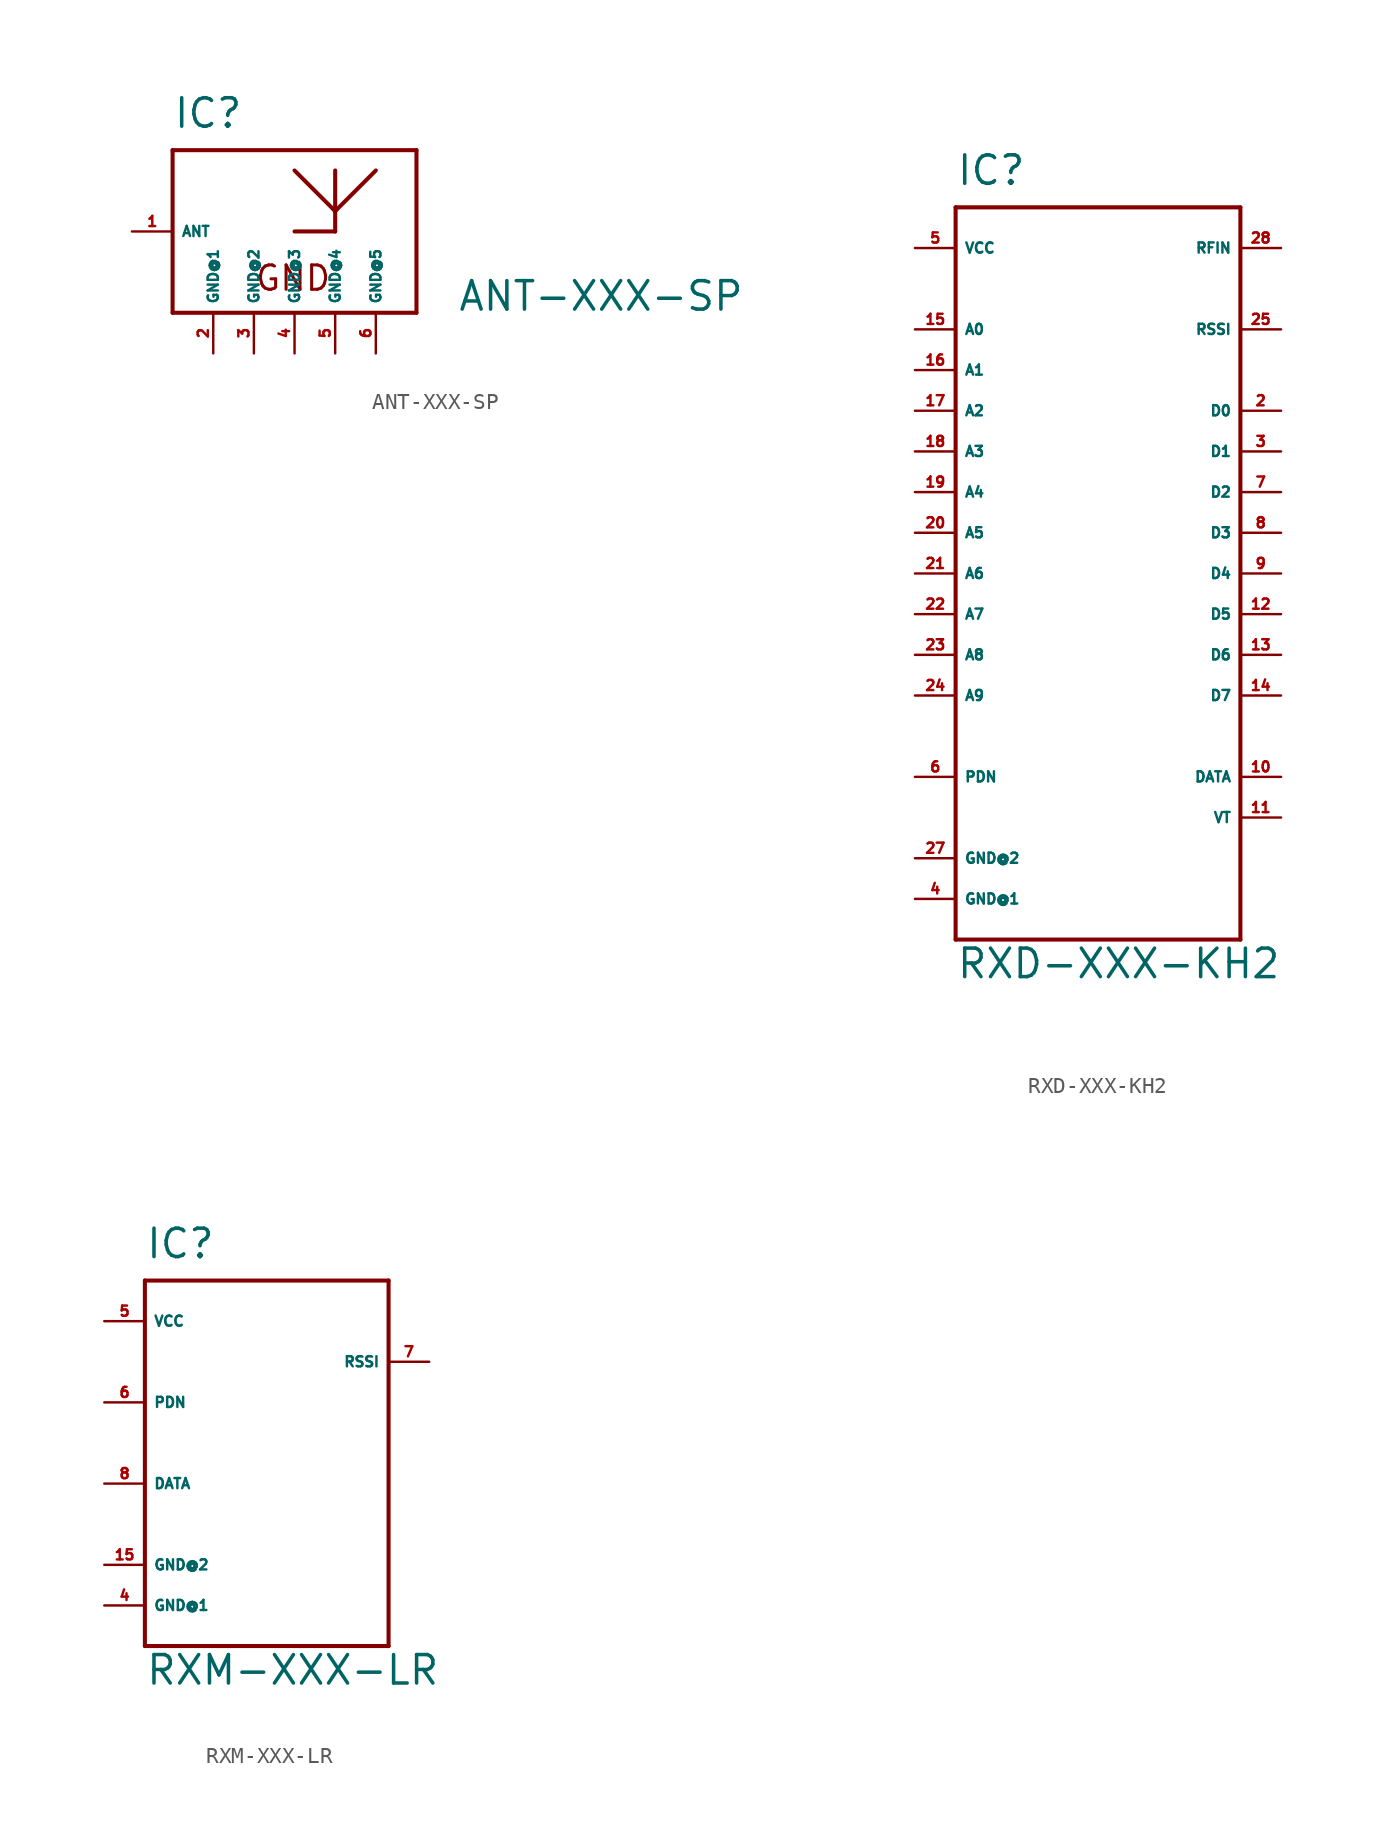
<source format=kicad_sym>
(kicad_symbol_lib
  (version 20220914)
  (generator Eagle2Kicad)
  (symbol "ANT-XXX-SP"
    (property "Reference" "IC"
      (at -7.62 6.35 0)
      (effects (font (size 1.778 1.778) (thickness 0.22)) (justify left bottom)))
    (property "Value" "ANT-XXX-SP"
      (at 10.16 -5.08 0)
      (effects (font (size 1.778 1.778) (thickness 0.22)) (justify left bottom)))
    (polyline
      (pts (xy -7.62 5.08) (xy 7.62 5.08))
      (stroke (width 0.254) (type default))
      (fill (type none)))
    (polyline
      (pts (xy 7.62 5.08) (xy 7.62 -5.08))
      (stroke (width 0.254) (type default))
      (fill (type none)))
    (polyline
      (pts (xy 7.62 -5.08) (xy -7.62 -5.08))
      (stroke (width 0.254) (type default))
      (fill (type none)))
    (polyline
      (pts (xy -7.62 -5.08) (xy -7.62 5.08))
      (stroke (width 0.254) (type default))
      (fill (type none)))
    (polyline
      (pts (xy 0 0) (xy 2.54 0))
      (stroke (width 0.254) (type default))
      (fill (type none)))
    (polyline
      (pts (xy 2.54 0) (xy 2.54 1.27))
      (stroke (width 0.254) (type default))
      (fill (type none)))
    (polyline
      (pts (xy 2.54 1.27) (xy 2.54 3.81))
      (stroke (width 0.254) (type default))
      (fill (type none)))
    (polyline
      (pts (xy 2.54 1.27) (xy 0 3.81))
      (stroke (width 0.254) (type default))
      (fill (type none)))
    (polyline
      (pts (xy 2.54 1.27) (xy 5.08 3.81))
      (stroke (width 0.254) (type default))
      (fill (type none)))
    (text "GND"
      (at -2.54 -3.81 0)
      (effects (font (size 1.524 1.524) (thickness 0.19)) (justify left bottom)))
    (pin passive line
      (at -10.16 0 0)
      (length 2.54)
      (name "ANT" (effects (font (size 0.635 0.635) (thickness 0.08)) (justify left bottom)))
      (number "1" (effects (font (size 0.635 0.635) (thickness 0.08)) (justify left bottom))))
    (pin passive line
      (at -5.08 -7.62 90)
      (length 2.54)
      (name "GND@1" (effects (font (size 0.635 0.635) (thickness 0.08)) (justify left bottom)))
      (number "2" (effects (font (size 0.635 0.635) (thickness 0.08)) (justify left bottom))))
    (pin passive line
      (at -2.54 -7.62 90)
      (length 2.54)
      (name "GND@2" (effects (font (size 0.635 0.635) (thickness 0.08)) (justify left bottom)))
      (number "3" (effects (font (size 0.635 0.635) (thickness 0.08)) (justify left bottom))))
    (pin passive line
      (at 0 -7.62 90)
      (length 2.54)
      (name "GND@3" (effects (font (size 0.635 0.635) (thickness 0.08)) (justify left bottom)))
      (number "4" (effects (font (size 0.635 0.635) (thickness 0.08)) (justify left bottom))))
    (pin passive line
      (at 2.54 -7.62 90)
      (length 2.54)
      (name "GND@4" (effects (font (size 0.635 0.635) (thickness 0.08)) (justify left bottom)))
      (number "5" (effects (font (size 0.635 0.635) (thickness 0.08)) (justify left bottom))))
    (pin passive line
      (at 5.08 -7.62 90)
      (length 2.54)
      (name "GND@5" (effects (font (size 0.635 0.635) (thickness 0.08)) (justify left bottom)))
      (number "6" (effects (font (size 0.635 0.635) (thickness 0.08)) (justify left bottom)))))
  (symbol "RXD-XXX-KH2"
    (property "Reference" "IC"
      (at -7.62 24.13 0)
      (effects (font (size 1.778 1.778) (thickness 0.22)) (justify left bottom)))
    (property "Value" "RXD-XXX-KH2"
      (at -7.62 -25.4 0)
      (effects (font (size 1.778 1.778) (thickness 0.22)) (justify left bottom)))
    (polyline
      (pts (xy -7.62 22.86) (xy 10.16 22.86))
      (stroke (width 0.254) (type default))
      (fill (type none)))
    (polyline
      (pts (xy 10.16 22.86) (xy 10.16 -22.86))
      (stroke (width 0.254) (type default))
      (fill (type none)))
    (polyline
      (pts (xy 10.16 -22.86) (xy -7.62 -22.86))
      (stroke (width 0.254) (type default))
      (fill (type none)))
    (polyline
      (pts (xy -7.62 -22.86) (xy -7.62 22.86))
      (stroke (width 0.254) (type default))
      (fill (type none)))
    (pin bidirectional line
      (at 12.7 10.16 180)
      (length 2.54)
      (name "D0" (effects (font (size 0.635 0.635) (thickness 0.08)) (justify left bottom)))
      (number "2" (effects (font (size 0.635 0.635) (thickness 0.08)) (justify left bottom))))
    (pin bidirectional line
      (at 12.7 7.62 180)
      (length 2.54)
      (name "D1" (effects (font (size 0.635 0.635) (thickness 0.08)) (justify left bottom)))
      (number "3" (effects (font (size 0.635 0.635) (thickness 0.08)) (justify left bottom))))
    (pin bidirectional line
      (at 12.7 5.08 180)
      (length 2.54)
      (name "D2" (effects (font (size 0.635 0.635) (thickness 0.08)) (justify left bottom)))
      (number "7" (effects (font (size 0.635 0.635) (thickness 0.08)) (justify left bottom))))
    (pin bidirectional line
      (at 12.7 2.54 180)
      (length 2.54)
      (name "D3" (effects (font (size 0.635 0.635) (thickness 0.08)) (justify left bottom)))
      (number "8" (effects (font (size 0.635 0.635) (thickness 0.08)) (justify left bottom))))
    (pin bidirectional line
      (at 12.7 0 180)
      (length 2.54)
      (name "D4" (effects (font (size 0.635 0.635) (thickness 0.08)) (justify left bottom)))
      (number "9" (effects (font (size 0.635 0.635) (thickness 0.08)) (justify left bottom))))
    (pin bidirectional line
      (at 12.7 -2.54 180)
      (length 2.54)
      (name "D5" (effects (font (size 0.635 0.635) (thickness 0.08)) (justify left bottom)))
      (number "12" (effects (font (size 0.635 0.635) (thickness 0.08)) (justify left bottom))))
    (pin bidirectional line
      (at 12.7 -5.08 180)
      (length 2.54)
      (name "D6" (effects (font (size 0.635 0.635) (thickness 0.08)) (justify left bottom)))
      (number "13" (effects (font (size 0.635 0.635) (thickness 0.08)) (justify left bottom))))
    (pin bidirectional line
      (at 12.7 -7.62 180)
      (length 2.54)
      (name "D7" (effects (font (size 0.635 0.635) (thickness 0.08)) (justify left bottom)))
      (number "14" (effects (font (size 0.635 0.635) (thickness 0.08)) (justify left bottom))))
    (pin unspecified line
      (at -10.16 -20.32 0)
      (length 2.54)
      (name "GND@1" (effects (font (size 0.635 0.635) (thickness 0.08)) (justify left bottom)))
      (number "4" (effects (font (size 0.635 0.635) (thickness 0.08)) (justify left bottom))))
    (pin unspecified line
      (at -10.16 20.32 0)
      (length 2.54)
      (name "VCC" (effects (font (size 0.635 0.635) (thickness 0.08)) (justify left bottom)))
      (number "5" (effects (font (size 0.635 0.635) (thickness 0.08)) (justify left bottom))))
    (pin input line
      (at -10.16 -12.7 0)
      (length 2.54)
      (name "PDN" (effects (font (size 0.635 0.635) (thickness 0.08)) (justify left bottom)))
      (number "6" (effects (font (size 0.635 0.635) (thickness 0.08)) (justify left bottom))))
    (pin output line
      (at 12.7 -12.7 180)
      (length 2.54)
      (name "DATA" (effects (font (size 0.635 0.635) (thickness 0.08)) (justify left bottom)))
      (number "10" (effects (font (size 0.635 0.635) (thickness 0.08)) (justify left bottom))))
    (pin output line
      (at 12.7 -15.24 180)
      (length 2.54)
      (name "VT" (effects (font (size 0.635 0.635) (thickness 0.08)) (justify left bottom)))
      (number "11" (effects (font (size 0.635 0.635) (thickness 0.08)) (justify left bottom))))
    (pin input line
      (at -10.16 15.24 0)
      (length 2.54)
      (name "A0" (effects (font (size 0.635 0.635) (thickness 0.08)) (justify left bottom)))
      (number "15" (effects (font (size 0.635 0.635) (thickness 0.08)) (justify left bottom))))
    (pin input line
      (at -10.16 12.7 0)
      (length 2.54)
      (name "A1" (effects (font (size 0.635 0.635) (thickness 0.08)) (justify left bottom)))
      (number "16" (effects (font (size 0.635 0.635) (thickness 0.08)) (justify left bottom))))
    (pin input line
      (at -10.16 10.16 0)
      (length 2.54)
      (name "A2" (effects (font (size 0.635 0.635) (thickness 0.08)) (justify left bottom)))
      (number "17" (effects (font (size 0.635 0.635) (thickness 0.08)) (justify left bottom))))
    (pin input line
      (at -10.16 7.62 0)
      (length 2.54)
      (name "A3" (effects (font (size 0.635 0.635) (thickness 0.08)) (justify left bottom)))
      (number "18" (effects (font (size 0.635 0.635) (thickness 0.08)) (justify left bottom))))
    (pin input line
      (at -10.16 5.08 0)
      (length 2.54)
      (name "A4" (effects (font (size 0.635 0.635) (thickness 0.08)) (justify left bottom)))
      (number "19" (effects (font (size 0.635 0.635) (thickness 0.08)) (justify left bottom))))
    (pin input line
      (at -10.16 2.54 0)
      (length 2.54)
      (name "A5" (effects (font (size 0.635 0.635) (thickness 0.08)) (justify left bottom)))
      (number "20" (effects (font (size 0.635 0.635) (thickness 0.08)) (justify left bottom))))
    (pin input line
      (at -10.16 0 0)
      (length 2.54)
      (name "A6" (effects (font (size 0.635 0.635) (thickness 0.08)) (justify left bottom)))
      (number "21" (effects (font (size 0.635 0.635) (thickness 0.08)) (justify left bottom))))
    (pin input line
      (at -10.16 -2.54 0)
      (length 2.54)
      (name "A7" (effects (font (size 0.635 0.635) (thickness 0.08)) (justify left bottom)))
      (number "22" (effects (font (size 0.635 0.635) (thickness 0.08)) (justify left bottom))))
    (pin input line
      (at -10.16 -5.08 0)
      (length 2.54)
      (name "A8" (effects (font (size 0.635 0.635) (thickness 0.08)) (justify left bottom)))
      (number "23" (effects (font (size 0.635 0.635) (thickness 0.08)) (justify left bottom))))
    (pin input line
      (at -10.16 -7.62 0)
      (length 2.54)
      (name "A9" (effects (font (size 0.635 0.635) (thickness 0.08)) (justify left bottom)))
      (number "24" (effects (font (size 0.635 0.635) (thickness 0.08)) (justify left bottom))))
    (pin passive line
      (at 12.7 15.24 180)
      (length 2.54)
      (name "RSSI" (effects (font (size 0.635 0.635) (thickness 0.08)) (justify left bottom)))
      (number "25" (effects (font (size 0.635 0.635) (thickness 0.08)) (justify left bottom))))
    (pin input line
      (at 12.7 20.32 180)
      (length 2.54)
      (name "RFIN" (effects (font (size 0.635 0.635) (thickness 0.08)) (justify left bottom)))
      (number "28" (effects (font (size 0.635 0.635) (thickness 0.08)) (justify left bottom))))
    (pin unspecified line
      (at -10.16 -17.78 0)
      (length 2.54)
      (name "GND@2" (effects (font (size 0.635 0.635) (thickness 0.08)) (justify left bottom)))
      (number "27" (effects (font (size 0.635 0.635) (thickness 0.08)) (justify left bottom)))))
  (symbol "RXM-XXX-LR"
    (property "Reference" "IC"
      (at -7.62 11.43 0)
      (effects (font (size 1.778 1.778) (thickness 0.22)) (justify left bottom)))
    (property "Value" "RXM-XXX-LR"
      (at -7.62 -15.24 0)
      (effects (font (size 1.778 1.778) (thickness 0.22)) (justify left bottom)))
    (polyline
      (pts (xy -7.62 10.16) (xy 7.62 10.16))
      (stroke (width 0.254) (type default))
      (fill (type none)))
    (polyline
      (pts (xy 7.62 10.16) (xy 7.62 -12.7))
      (stroke (width 0.254) (type default))
      (fill (type none)))
    (polyline
      (pts (xy 7.62 -12.7) (xy -7.62 -12.7))
      (stroke (width 0.254) (type default))
      (fill (type none)))
    (polyline
      (pts (xy -7.62 -12.7) (xy -7.62 10.16))
      (stroke (width 0.254) (type default))
      (fill (type none)))
    (pin unspecified line
      (at -10.16 -10.16 0)
      (length 2.54)
      (name "GND@1" (effects (font (size 0.635 0.635) (thickness 0.08)) (justify left bottom)))
      (number "4" (effects (font (size 0.635 0.635) (thickness 0.08)) (justify left bottom))))
    (pin unspecified line
      (at -10.16 -7.62 0)
      (length 2.54)
      (name "GND@2" (effects (font (size 0.635 0.635) (thickness 0.08)) (justify left bottom)))
      (number "15" (effects (font (size 0.635 0.635) (thickness 0.08)) (justify left bottom))))
    (pin unspecified line
      (at -10.16 7.62 0)
      (length 2.54)
      (name "VCC" (effects (font (size 0.635 0.635) (thickness 0.08)) (justify left bottom)))
      (number "5" (effects (font (size 0.635 0.635) (thickness 0.08)) (justify left bottom))))
    (pin input line
      (at 10.16 5.08 180)
      (length 2.54)
      (name "RSSI" (effects (font (size 0.635 0.635) (thickness 0.08)) (justify left bottom)))
      (number "7" (effects (font (size 0.635 0.635) (thickness 0.08)) (justify left bottom))))
    (pin output line
      (at -10.16 -2.54 0)
      (length 2.54)
      (name "DATA" (effects (font (size 0.635 0.635) (thickness 0.08)) (justify left bottom)))
      (number "8" (effects (font (size 0.635 0.635) (thickness 0.08)) (justify left bottom))))
    (pin input line
      (at -10.16 2.54 0)
      (length 2.54)
      (name "PDN" (effects (font (size 0.635 0.635) (thickness 0.08)) (justify left bottom)))
      (number "6" (effects (font (size 0.635 0.635) (thickness 0.08)) (justify left bottom))))))
</source>
